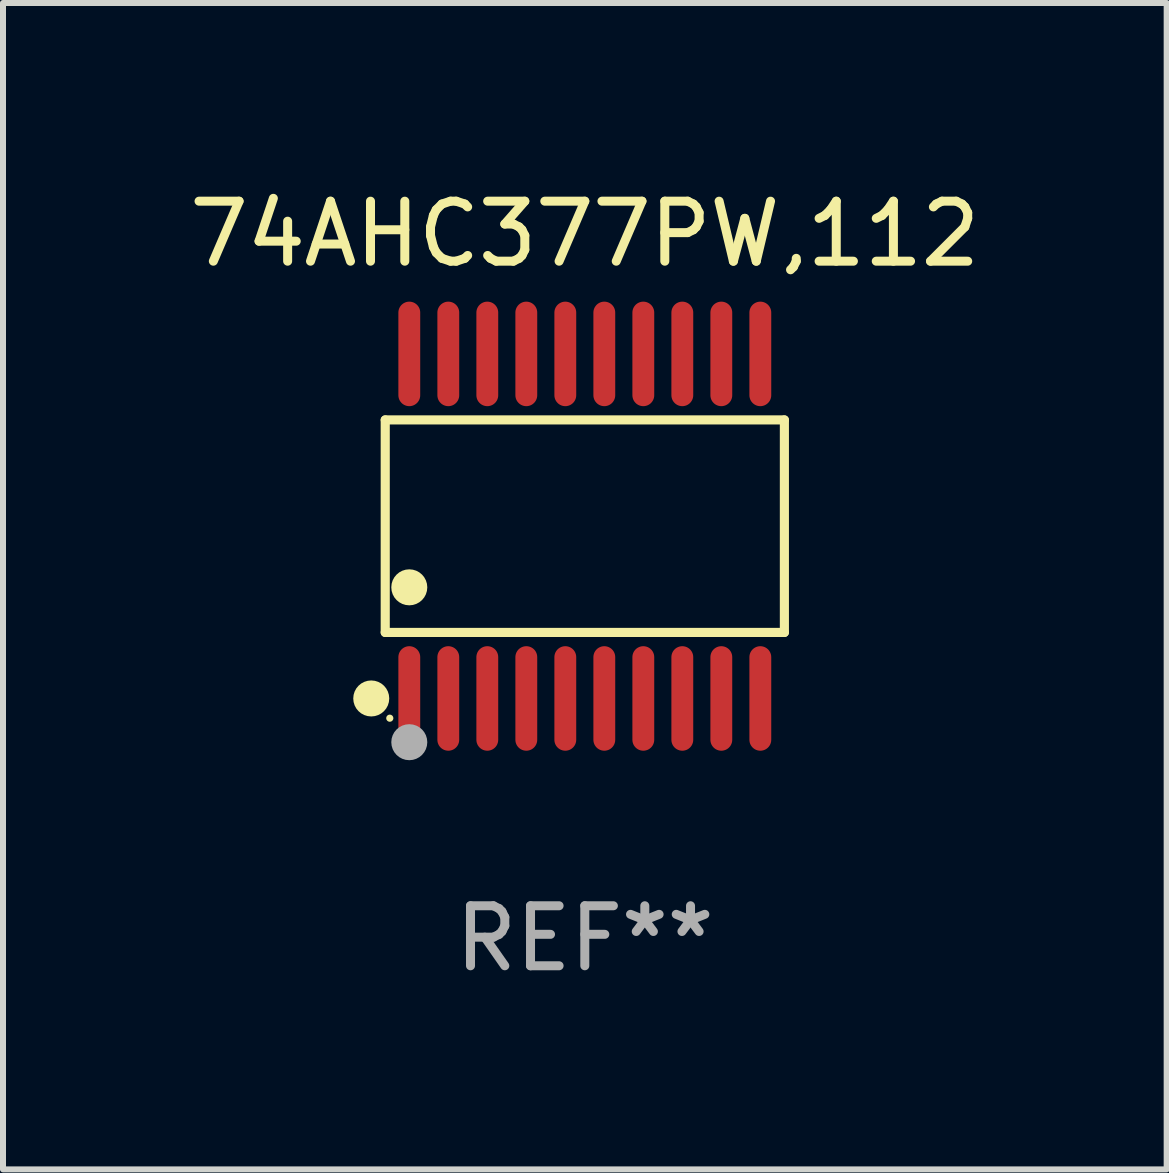
<source format=kicad_pcb>
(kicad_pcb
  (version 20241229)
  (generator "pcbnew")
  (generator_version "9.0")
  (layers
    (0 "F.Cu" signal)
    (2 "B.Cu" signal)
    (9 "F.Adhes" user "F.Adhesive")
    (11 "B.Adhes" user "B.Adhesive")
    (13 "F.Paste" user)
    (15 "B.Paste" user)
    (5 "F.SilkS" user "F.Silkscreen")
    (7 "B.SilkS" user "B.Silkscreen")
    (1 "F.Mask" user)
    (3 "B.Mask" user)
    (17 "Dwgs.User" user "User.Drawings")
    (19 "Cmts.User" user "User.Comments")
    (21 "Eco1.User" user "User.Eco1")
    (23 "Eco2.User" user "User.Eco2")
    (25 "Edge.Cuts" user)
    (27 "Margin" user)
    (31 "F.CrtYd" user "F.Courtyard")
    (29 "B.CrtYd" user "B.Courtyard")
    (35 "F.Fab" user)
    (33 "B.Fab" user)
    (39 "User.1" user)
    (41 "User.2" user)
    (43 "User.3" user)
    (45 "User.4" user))
  (footprint "74AHC377PW,112"
    (layer "F.Cu")
    (at 6.696 5.719)
    (property "Reference" "74AHC377PW,112" (at 0 -4.871 0) (layer "F.SilkS") (effects (font (size 1 1) (thickness 0.15))))
    (attr through_hole)
    (fp_line (start -3.326 -1.771) (end 3.326 -1.771) (stroke (width 0.152) (type solid)) (layer "F.SilkS"))
    (fp_line (start -3.326 1.771) (end -3.326 -1.771) (stroke (width 0.152) (type solid)) (layer "F.SilkS"))
    (fp_line (start 3.326 -1.771) (end 3.326 1.771) (stroke (width 0.152) (type solid)) (layer "F.SilkS"))
    (fp_line (start 3.326 1.771) (end -3.326 1.771) (stroke (width 0.152) (type solid)) (layer "F.SilkS"))
    (fp_circle (center -3.559 2.871) (end -3.409 2.871) (stroke (width 0.3) (type solid)) (fill no) (layer "F.SilkS"))
    (fp_circle (center -3.25 3.2) (end -3.22 3.2) (stroke (width 0.06) (type solid)) (fill no) (layer "F.SilkS"))
    (fp_circle (center -2.925 1.019) (end -2.775 1.019) (stroke (width 0.3) (type solid)) (fill no) (layer "F.SilkS"))
    (fp_circle (center -2.925 3.6) (end -2.775 3.6) (stroke (width 0.3) (type solid)) (fill no) (layer "F.Fab"))
    (fp_text user "REF**" (at 0 6.871 0) (layer "F.Fab") (effects (font (size 1 1) (thickness 0.15))))
    (pad "1" smd oval (at -2.925 2.871) (size 0.364 1.742) (layers "F.Cu" "F.Mask" "F.Paste"))
    (pad "2" smd oval (at -2.275 2.871) (size 0.364 1.742) (layers "F.Cu" "F.Mask" "F.Paste"))
    (pad "3" smd oval (at -1.625 2.871) (size 0.364 1.742) (layers "F.Cu" "F.Mask" "F.Paste"))
    (pad "4" smd oval (at -0.975 2.871) (size 0.364 1.742) (layers "F.Cu" "F.Mask" "F.Paste"))
    (pad "5" smd oval (at -0.325 2.871) (size 0.364 1.742) (layers "F.Cu" "F.Mask" "F.Paste"))
    (pad "6" smd oval (at 0.325 2.871) (size 0.364 1.742) (layers "F.Cu" "F.Mask" "F.Paste"))
    (pad "7" smd oval (at 0.975 2.871) (size 0.364 1.742) (layers "F.Cu" "F.Mask" "F.Paste"))
    (pad "8" smd oval (at 1.625 2.871) (size 0.364 1.742) (layers "F.Cu" "F.Mask" "F.Paste"))
    (pad "9" smd oval (at 2.275 2.871) (size 0.364 1.742) (layers "F.Cu" "F.Mask" "F.Paste"))
    (pad "10" smd oval (at 2.925 2.871) (size 0.364 1.742) (layers "F.Cu" "F.Mask" "F.Paste"))
    (pad "11" smd oval (at 2.925 -2.871) (size 0.364 1.742) (layers "F.Cu" "F.Mask" "F.Paste"))
    (pad "12" smd oval (at 2.275 -2.871) (size 0.364 1.742) (layers "F.Cu" "F.Mask" "F.Paste"))
    (pad "13" smd oval (at 1.625 -2.871) (size 0.364 1.742) (layers "F.Cu" "F.Mask" "F.Paste"))
    (pad "14" smd oval (at 0.975 -2.871) (size 0.364 1.742) (layers "F.Cu" "F.Mask" "F.Paste"))
    (pad "15" smd oval (at 0.325 -2.871) (size 0.364 1.742) (layers "F.Cu" "F.Mask" "F.Paste"))
    (pad "16" smd oval (at -0.325 -2.871) (size 0.364 1.742) (layers "F.Cu" "F.Mask" "F.Paste"))
    (pad "17" smd oval (at -0.975 -2.871) (size 0.364 1.742) (layers "F.Cu" "F.Mask" "F.Paste"))
    (pad "18" smd oval (at -1.625 -2.871) (size 0.364 1.742) (layers "F.Cu" "F.Mask" "F.Paste"))
    (pad "19" smd oval (at -2.275 -2.871) (size 0.364 1.742) (layers "F.Cu" "F.Mask" "F.Paste"))
    (pad "20" smd oval (at -2.925 -2.871) (size 0.364 1.742) (layers "F.Cu" "F.Mask" "F.Paste")))
  (gr_rect
    (start -3 -3)
    (end 16.393 16.438)
    (stroke (width 0.1) (type default))
    (fill no)
    (layer "Edge.Cuts")))
</source>
